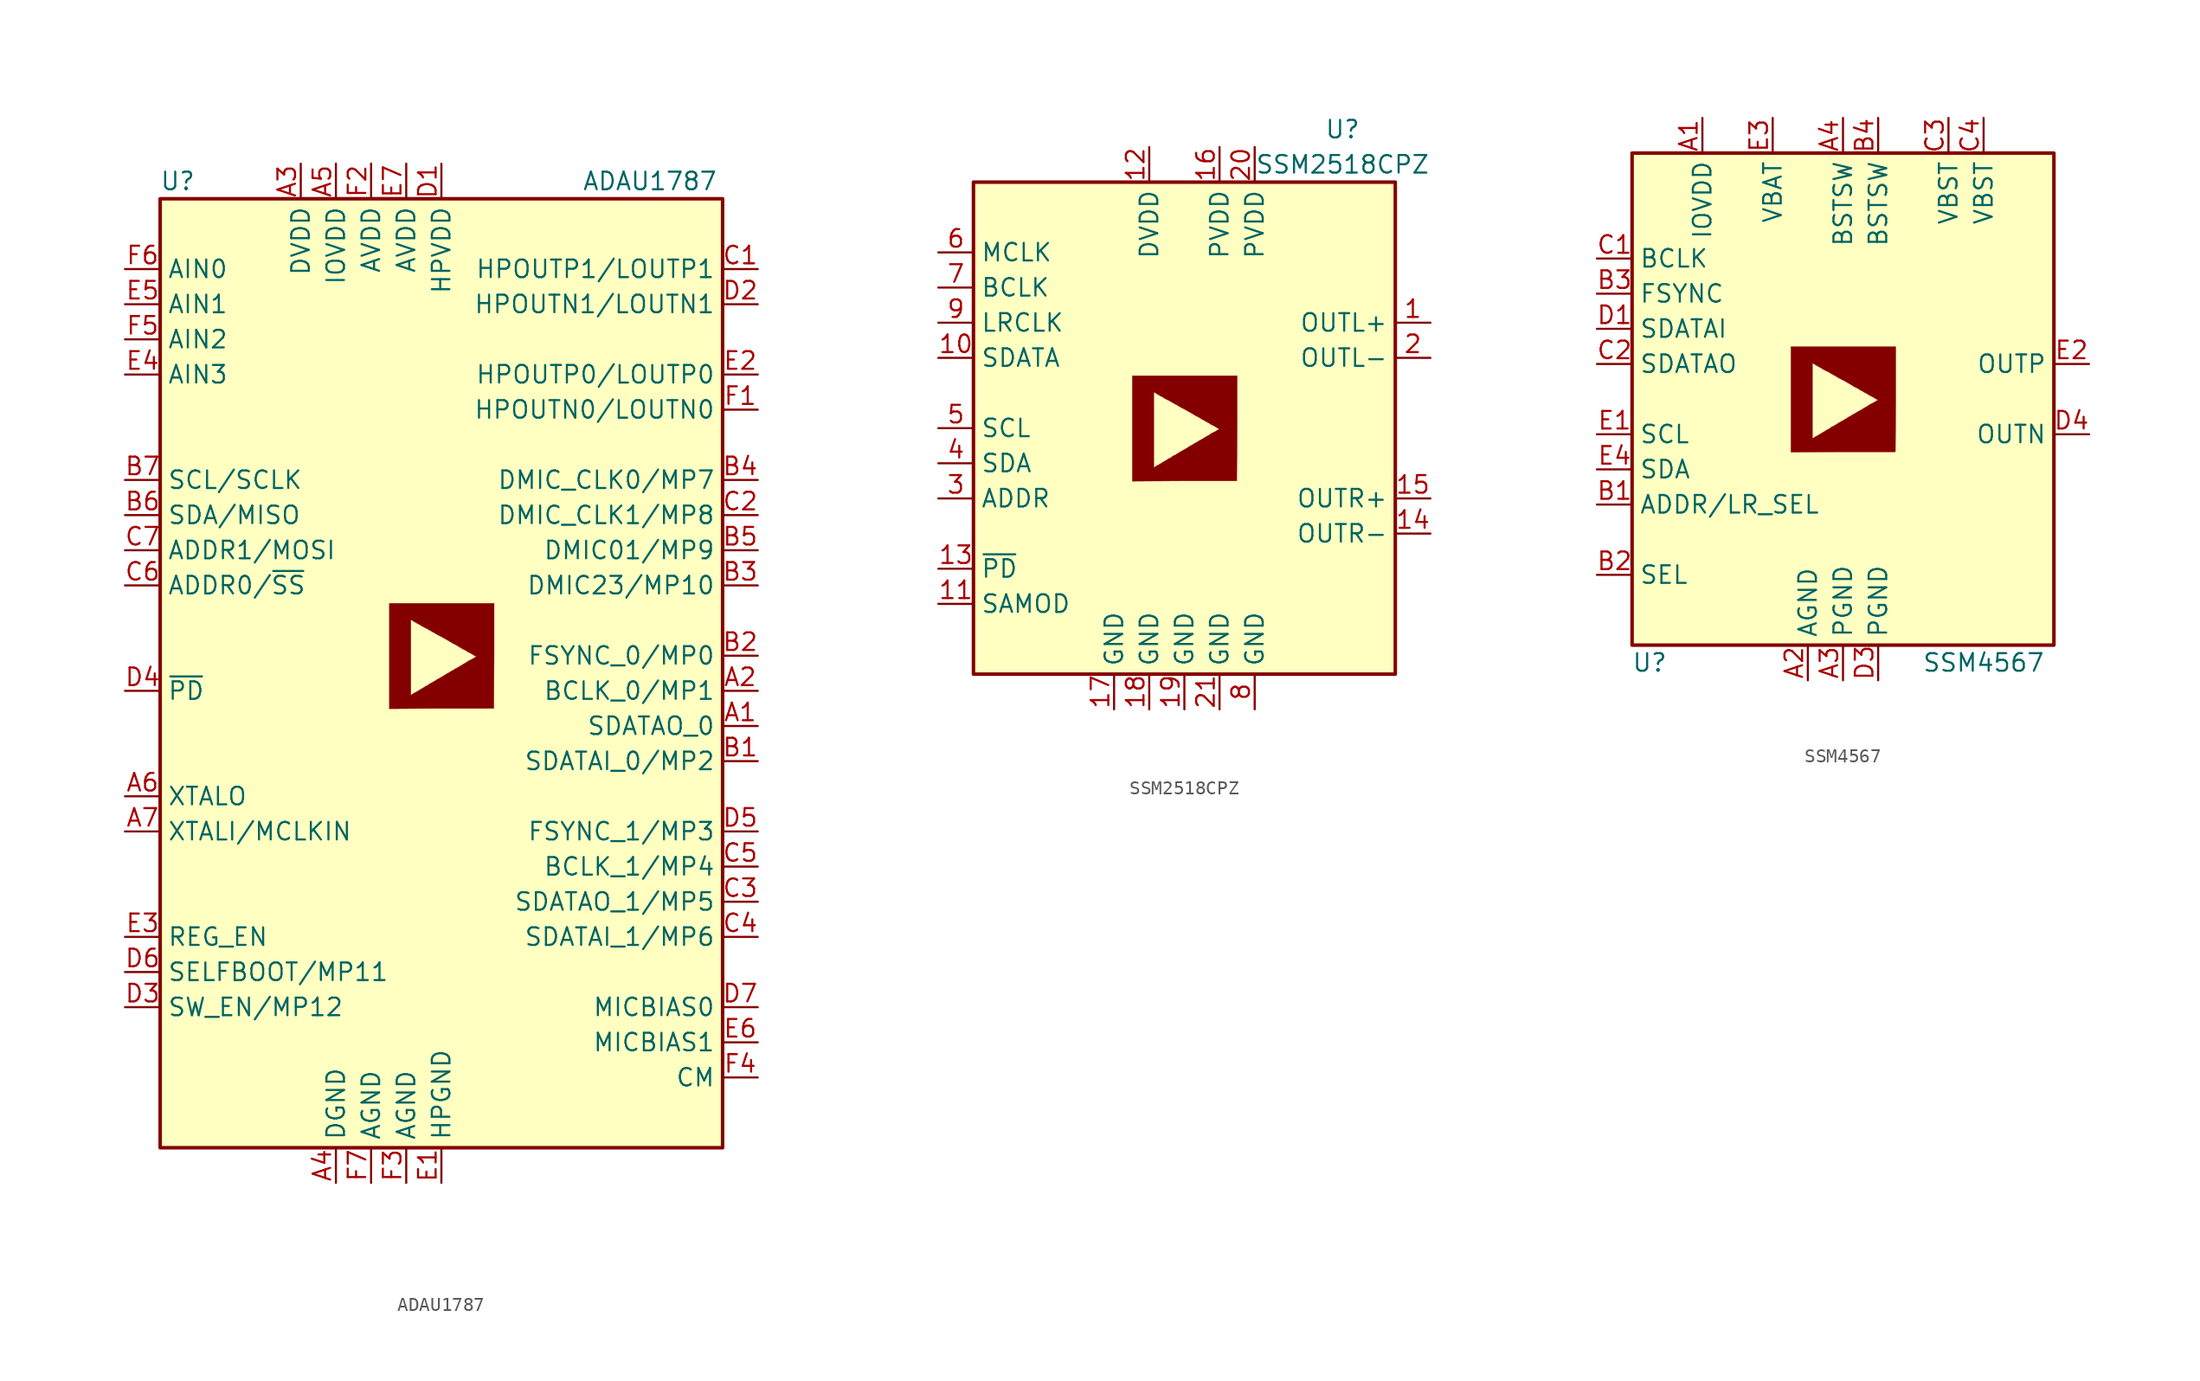
<source format=kicad_sym>
(kicad_symbol_lib
  (version 20201005)
  (generator kicad_symbol_editor)
  (symbol "ADAU1787"
    (property "Reference" "U"
      (at -19.05 34.29 0)
      (effects (font (size 1.27 1.27))))
    (property "Value" "ADAU1787"
      (at 10.16 34.29 0)
      (effects (font (size 1.27 1.27)) (justify left)))
    (symbol "ADAU1787_0_0"
      (polyline (pts (xy 0 -3.81) (xy 3.785 -3.81) (xy 3.81 0) (xy 3.81 3.785) (xy -3.759 3.785) (xy -3.759 -2.845) (xy -2.21 -2.845) (xy -2.21 2.591) (xy -2.184 2.591) (xy -2.083 2.54) (xy -1.93 2.438) (xy -1.829 2.388) (xy -1.753 2.337) (xy -1.549 2.235) (xy -1.448 2.159) (xy -0.991 1.93) (xy -0.838 1.829) (xy -0.711 1.778) (xy -0.711 1.753) (xy -0.66 1.727) (xy -0.584 1.702) (xy -0.508 1.651) (xy -0.254 1.499) (xy 0.051 1.346) (xy 0.584 1.041) (xy 0.787 0.914) (xy 1.041 0.787) (xy 1.245 0.66) (xy 1.6 0.457) (xy 1.753 0.381) (xy 1.905 0.279) (xy 2.159 0.152) (xy 2.286 0.076) (xy 2.362 0.025) (xy 2.464 -0.025) (xy 2.489 -0.025) (xy 2.54 -0.051) (xy 2.261 -0.229) (xy 1.956 -0.381) (xy 1.803 -0.483) (xy 1.778 -0.508) (xy 1.626 -0.584) (xy 1.549 -0.635) (xy 1.168 -0.864) (xy 1.016 -0.94) (xy 0.864 -1.041) (xy 0.711 -1.118) (xy 0.559 -1.219) (xy 0.406 -1.295) (xy 0.254 -1.397) (xy 0 -1.549) (xy -0.102 -1.6) (xy -0.127 -1.626) (xy -0.33 -1.727) (xy -0.432 -1.803) (xy -0.508 -1.854) (xy -0.533 -1.854) (xy -0.686 -1.956) (xy -0.813 -2.007) (xy -1.016 -2.159) (xy -1.143 -2.21) (xy -1.168 -2.235) (xy -1.803 -2.616) (xy -1.88 -2.667) (xy -1.956 -2.692) (xy -2.108 -2.794) (xy -2.159 -2.819) (xy -2.184 -2.845) (xy -2.21 -2.845) (xy -3.759 -2.845) (xy -3.759 -3.835) (xy 0 -3.81)) (stroke (width 0.025)) (fill (type outline))))
    (symbol "ADAU1787_0_1"
      (rectangle (start -20.32 33.02) (end 20.32 -35.56) (stroke (width 0.254)) (fill (type background))))
    (symbol "ADAU1787_1_1"
      (pin bidirectional line (at 22.86 -5.08 180) (length 2.54) (name "SDATAO_0" (effects (font (size 1.27 1.27)))) (number "A1" (effects (font (size 1.27 1.27)))))
      (pin bidirectional line (at 22.86 -2.54 180) (length 2.54) (name "BCLK_0/MP1" (effects (font (size 1.27 1.27)))) (number "A2" (effects (font (size 1.27 1.27)))))
      (pin power_in line (at -10.16 35.56 270) (length 2.54) (name "DVDD" (effects (font (size 1.27 1.27)))) (number "A3" (effects (font (size 1.27 1.27)))))
      (pin power_in line (at -7.62 -38.1 90) (length 2.54) (name "DGND" (effects (font (size 1.27 1.27)))) (number "A4" (effects (font (size 1.27 1.27)))))
      (pin power_in line (at -7.62 35.56 270) (length 2.54) (name "IOVDD" (effects (font (size 1.27 1.27)))) (number "A5" (effects (font (size 1.27 1.27)))))
      (pin passive line (at -22.86 -10.16 0) (length 2.54) (name "XTALO" (effects (font (size 1.27 1.27)))) (number "A6" (effects (font (size 1.27 1.27)))))
      (pin passive line (at -22.86 -12.7 0) (length 2.54) (name "XTALI/MCLKIN" (effects (font (size 1.27 1.27)))) (number "A7" (effects (font (size 1.27 1.27)))))
      (pin bidirectional line (at 22.86 -7.62 180) (length 2.54) (name "SDATAI_0/MP2" (effects (font (size 1.27 1.27)))) (number "B1" (effects (font (size 1.27 1.27)))))
      (pin bidirectional line (at 22.86 0 180) (length 2.54) (name "FSYNC_0/MP0" (effects (font (size 1.27 1.27)))) (number "B2" (effects (font (size 1.27 1.27)))))
      (pin bidirectional line (at 22.86 5.08 180) (length 2.54) (name "DMIC23/MP10" (effects (font (size 1.27 1.27)))) (number "B3" (effects (font (size 1.27 1.27)))))
      (pin bidirectional line (at 22.86 12.7 180) (length 2.54) (name "DMIC_CLK0/MP7" (effects (font (size 1.27 1.27)))) (number "B4" (effects (font (size 1.27 1.27)))))
      (pin bidirectional line (at 22.86 7.62 180) (length 2.54) (name "DMIC01/MP9" (effects (font (size 1.27 1.27)))) (number "B5" (effects (font (size 1.27 1.27)))))
      (pin bidirectional line (at -22.86 10.16 0) (length 2.54) (name "SDA/MISO" (effects (font (size 1.27 1.27)))) (number "B6" (effects (font (size 1.27 1.27)))))
      (pin bidirectional line (at -22.86 12.7 0) (length 2.54) (name "SCL/SCLK" (effects (font (size 1.27 1.27)))) (number "B7" (effects (font (size 1.27 1.27)))))
      (pin output line (at 22.86 27.94 180) (length 2.54) (name "HPOUTP1/LOUTP1" (effects (font (size 1.27 1.27)))) (number "C1" (effects (font (size 1.27 1.27)))))
      (pin bidirectional line (at 22.86 10.16 180) (length 2.54) (name "DMIC_CLK1/MP8" (effects (font (size 1.27 1.27)))) (number "C2" (effects (font (size 1.27 1.27)))))
      (pin bidirectional line (at 22.86 -17.78 180) (length 2.54) (name "SDATAO_1/MP5" (effects (font (size 1.27 1.27)))) (number "C3" (effects (font (size 1.27 1.27)))))
      (pin bidirectional line (at 22.86 -20.32 180) (length 2.54) (name "SDATAI_1/MP6" (effects (font (size 1.27 1.27)))) (number "C4" (effects (font (size 1.27 1.27)))))
      (pin bidirectional line (at 22.86 -15.24 180) (length 2.54) (name "BCLK_1/MP4" (effects (font (size 1.27 1.27)))) (number "C5" (effects (font (size 1.27 1.27)))))
      (pin input line (at -22.86 5.08 0) (length 2.54) (name "ADDR0/~SS" (effects (font (size 1.27 1.27)))) (number "C6" (effects (font (size 1.27 1.27)))))
      (pin input line (at -22.86 7.62 0) (length 2.54) (name "ADDR1/MOSI" (effects (font (size 1.27 1.27)))) (number "C7" (effects (font (size 1.27 1.27)))))
      (pin power_in line (at 0 35.56 270) (length 2.54) (name "HPVDD" (effects (font (size 1.27 1.27)))) (number "D1" (effects (font (size 1.27 1.27)))))
      (pin output line (at 22.86 25.4 180) (length 2.54) (name "HPOUTN1/LOUTN1" (effects (font (size 1.27 1.27)))) (number "D2" (effects (font (size 1.27 1.27)))))
      (pin input line (at -22.86 -25.4 0) (length 2.54) (name "SW_EN/MP12" (effects (font (size 1.27 1.27)))) (number "D3" (effects (font (size 1.27 1.27)))))
      (pin input line (at -22.86 -2.54 0) (length 2.54) (name "~PD" (effects (font (size 1.27 1.27)))) (number "D4" (effects (font (size 1.27 1.27)))))
      (pin bidirectional line (at 22.86 -12.7 180) (length 2.54) (name "FSYNC_1/MP3" (effects (font (size 1.27 1.27)))) (number "D5" (effects (font (size 1.27 1.27)))))
      (pin input line (at -22.86 -22.86 0) (length 2.54) (name "SELFBOOT/MP11" (effects (font (size 1.27 1.27)))) (number "D6" (effects (font (size 1.27 1.27)))))
      (pin output line (at 22.86 -25.4 180) (length 2.54) (name "MICBIAS0" (effects (font (size 1.27 1.27)))) (number "D7" (effects (font (size 1.27 1.27)))))
      (pin power_in line (at 0 -38.1 90) (length 2.54) (name "HPGND" (effects (font (size 1.27 1.27)))) (number "E1" (effects (font (size 1.27 1.27)))))
      (pin output line (at 22.86 20.32 180) (length 2.54) (name "HPOUTP0/LOUTP0" (effects (font (size 1.27 1.27)))) (number "E2" (effects (font (size 1.27 1.27)))))
      (pin input line (at -22.86 -20.32 0) (length 2.54) (name "REG_EN" (effects (font (size 1.27 1.27)))) (number "E3" (effects (font (size 1.27 1.27)))))
      (pin passive line (at -22.86 20.32 0) (length 2.54) (name "AIN3" (effects (font (size 1.27 1.27)))) (number "E4" (effects (font (size 1.27 1.27)))))
      (pin passive line (at -22.86 25.4 0) (length 2.54) (name "AIN1" (effects (font (size 1.27 1.27)))) (number "E5" (effects (font (size 1.27 1.27)))))
      (pin output line (at 22.86 -27.94 180) (length 2.54) (name "MICBIAS1" (effects (font (size 1.27 1.27)))) (number "E6" (effects (font (size 1.27 1.27)))))
      (pin power_in line (at -2.54 35.56 270) (length 2.54) (name "AVDD" (effects (font (size 1.27 1.27)))) (number "E7" (effects (font (size 1.27 1.27)))))
      (pin output line (at 22.86 17.78 180) (length 2.54) (name "HPOUTN0/LOUTN0" (effects (font (size 1.27 1.27)))) (number "F1" (effects (font (size 1.27 1.27)))))
      (pin power_in line (at -5.08 35.56 270) (length 2.54) (name "AVDD" (effects (font (size 1.27 1.27)))) (number "F2" (effects (font (size 1.27 1.27)))))
      (pin power_in line (at -2.54 -38.1 90) (length 2.54) (name "AGND" (effects (font (size 1.27 1.27)))) (number "F3" (effects (font (size 1.27 1.27)))))
      (pin output line (at 22.86 -30.48 180) (length 2.54) (name "CM" (effects (font (size 1.27 1.27)))) (number "F4" (effects (font (size 1.27 1.27)))))
      (pin passive line (at -22.86 22.86 0) (length 2.54) (name "AIN2" (effects (font (size 1.27 1.27)))) (number "F5" (effects (font (size 1.27 1.27)))))
      (pin passive line (at -22.86 27.94 0) (length 2.54) (name "AIN0" (effects (font (size 1.27 1.27)))) (number "F6" (effects (font (size 1.27 1.27)))))
      (pin power_in line (at -5.08 -38.1 90) (length 2.54) (name "AGND" (effects (font (size 1.27 1.27)))) (number "F7" (effects (font (size 1.27 1.27)))))))
  (symbol "SSM2518CPZ"
    (property "Reference" "U"
      (at 11.43 21.59 0)
      (effects (font (size 1.27 1.27))))
    (property "Value" "SSM2518CPZ"
      (at 11.43 19.05 0)
      (effects (font (size 1.27 1.27))))
    (symbol "SSM2518CPZ_0_0"
      (polyline (pts (xy 0 -3.81) (xy 3.785 -3.81) (xy 3.81 0) (xy 3.81 3.785) (xy -3.759 3.785) (xy -3.759 -2.845) (xy -2.21 -2.845) (xy -2.21 2.591) (xy -2.184 2.591) (xy -2.083 2.54) (xy -1.93 2.438) (xy -1.829 2.388) (xy -1.753 2.337) (xy -1.549 2.235) (xy -1.448 2.159) (xy -0.991 1.93) (xy -0.838 1.829) (xy -0.711 1.778) (xy -0.711 1.753) (xy -0.66 1.727) (xy -0.584 1.702) (xy -0.508 1.651) (xy -0.254 1.499) (xy 0.051 1.346) (xy 0.584 1.041) (xy 0.787 0.914) (xy 1.041 0.787) (xy 1.245 0.66) (xy 1.6 0.457) (xy 1.753 0.381) (xy 1.905 0.279) (xy 2.159 0.152) (xy 2.286 0.076) (xy 2.362 0.025) (xy 2.464 -0.025) (xy 2.489 -0.025) (xy 2.54 -0.051) (xy 2.261 -0.229) (xy 1.956 -0.381) (xy 1.803 -0.483) (xy 1.778 -0.508) (xy 1.626 -0.584) (xy 1.549 -0.635) (xy 1.168 -0.864) (xy 1.016 -0.94) (xy 0.864 -1.041) (xy 0.711 -1.118) (xy 0.559 -1.219) (xy 0.406 -1.295) (xy 0.254 -1.397) (xy 0 -1.549) (xy -0.102 -1.6) (xy -0.127 -1.626) (xy -0.33 -1.727) (xy -0.432 -1.803) (xy -0.508 -1.854) (xy -0.533 -1.854) (xy -0.686 -1.956) (xy -0.813 -2.007) (xy -1.016 -2.159) (xy -1.143 -2.21) (xy -1.168 -2.235) (xy -1.803 -2.616) (xy -1.88 -2.667) (xy -1.956 -2.692) (xy -2.108 -2.794) (xy -2.159 -2.819) (xy -2.184 -2.845) (xy -2.21 -2.845) (xy -3.759 -2.845) (xy -3.759 -3.835) (xy 0 -3.81)) (stroke (width 0.025)) (fill (type outline))))
    (symbol "SSM2518CPZ_0_1"
      (rectangle (start -15.24 17.78) (end 15.24 -17.78) (stroke (width 0.254)) (fill (type background))))
    (symbol "SSM2518CPZ_1_1"
      (pin output line (at 17.78 7.62 180) (length 2.54) (name "OUTL+" (effects (font (size 1.27 1.27)))) (number "1" (effects (font (size 1.27 1.27)))))
      (pin input line (at -17.78 5.08 0) (length 2.54) (name "SDATA" (effects (font (size 1.27 1.27)))) (number "10" (effects (font (size 1.27 1.27)))))
      (pin input line (at -17.78 -12.7 0) (length 2.54) (name "SAMOD" (effects (font (size 1.27 1.27)))) (number "11" (effects (font (size 1.27 1.27)))))
      (pin power_in line (at -2.54 20.32 270) (length 2.54) (name "DVDD" (effects (font (size 1.27 1.27)))) (number "12" (effects (font (size 1.27 1.27)))))
      (pin input line (at -17.78 -10.16 0) (length 2.54) (name "~PD" (effects (font (size 1.27 1.27)))) (number "13" (effects (font (size 1.27 1.27)))))
      (pin output line (at 17.78 -7.62 180) (length 2.54) (name "OUTR-" (effects (font (size 1.27 1.27)))) (number "14" (effects (font (size 1.27 1.27)))))
      (pin output line (at 17.78 -5.08 180) (length 2.54) (name "OUTR+" (effects (font (size 1.27 1.27)))) (number "15" (effects (font (size 1.27 1.27)))))
      (pin power_in line (at 2.54 20.32 270) (length 2.54) (name "PVDD" (effects (font (size 1.27 1.27)))) (number "16" (effects (font (size 1.27 1.27)))))
      (pin power_in line (at -5.08 -20.32 90) (length 2.54) (name "GND" (effects (font (size 1.27 1.27)))) (number "17" (effects (font (size 1.27 1.27)))))
      (pin power_in line (at -2.54 -20.32 90) (length 2.54) (name "GND" (effects (font (size 1.27 1.27)))) (number "18" (effects (font (size 1.27 1.27)))))
      (pin power_in line (at 0 -20.32 90) (length 2.54) (name "GND" (effects (font (size 1.27 1.27)))) (number "19" (effects (font (size 1.27 1.27)))))
      (pin output line (at 17.78 5.08 180) (length 2.54) (name "OUTL-" (effects (font (size 1.27 1.27)))) (number "2" (effects (font (size 1.27 1.27)))))
      (pin power_in line (at 5.08 20.32 270) (length 2.54) (name "PVDD" (effects (font (size 1.27 1.27)))) (number "20" (effects (font (size 1.27 1.27)))))
      (pin power_in line (at 2.54 -20.32 90) (length 2.54) (name "GND" (effects (font (size 1.27 1.27)))) (number "21" (effects (font (size 1.27 1.27)))))
      (pin input line (at -17.78 -5.08 0) (length 2.54) (name "ADDR" (effects (font (size 1.27 1.27)))) (number "3" (effects (font (size 1.27 1.27)))))
      (pin bidirectional line (at -17.78 -2.54 0) (length 2.54) (name "SDA" (effects (font (size 1.27 1.27)))) (number "4" (effects (font (size 1.27 1.27)))))
      (pin input line (at -17.78 0 0) (length 2.54) (name "SCL" (effects (font (size 1.27 1.27)))) (number "5" (effects (font (size 1.27 1.27)))))
      (pin input line (at -17.78 12.7 0) (length 2.54) (name "MCLK" (effects (font (size 1.27 1.27)))) (number "6" (effects (font (size 1.27 1.27)))))
      (pin input line (at -17.78 10.16 0) (length 2.54) (name "BCLK" (effects (font (size 1.27 1.27)))) (number "7" (effects (font (size 1.27 1.27)))))
      (pin power_in line (at 5.08 -20.32 90) (length 2.54) (name "GND" (effects (font (size 1.27 1.27)))) (number "8" (effects (font (size 1.27 1.27)))))
      (pin input line (at -17.78 7.62 0) (length 2.54) (name "LRCLK" (effects (font (size 1.27 1.27)))) (number "9" (effects (font (size 1.27 1.27)))))))
  (symbol "SSM4567"
    (property "Reference" "U"
      (at -13.97 -19.05 0)
      (effects (font (size 1.27 1.27))))
    (property "Value" "SSM4567"
      (at 10.16 -19.05 0)
      (effects (font (size 1.27 1.27))))
    (symbol "SSM4567_0_0"
      (polyline (pts (xy 0 -3.81) (xy 3.785 -3.81) (xy 3.81 0) (xy 3.81 3.785) (xy -3.759 3.785) (xy -3.759 -2.845) (xy -2.21 -2.845) (xy -2.21 2.591) (xy -2.184 2.591) (xy -2.083 2.54) (xy -1.93 2.438) (xy -1.829 2.388) (xy -1.753 2.337) (xy -1.549 2.235) (xy -1.448 2.159) (xy -0.991 1.93) (xy -0.838 1.829) (xy -0.711 1.778) (xy -0.711 1.753) (xy -0.66 1.727) (xy -0.584 1.702) (xy -0.508 1.651) (xy -0.254 1.499) (xy 0.051 1.346) (xy 0.584 1.041) (xy 0.787 0.914) (xy 1.041 0.787) (xy 1.245 0.66) (xy 1.6 0.457) (xy 1.753 0.381) (xy 1.905 0.279) (xy 2.159 0.152) (xy 2.286 0.076) (xy 2.362 0.025) (xy 2.464 -0.025) (xy 2.489 -0.025) (xy 2.54 -0.051) (xy 2.261 -0.229) (xy 1.956 -0.381) (xy 1.803 -0.483) (xy 1.778 -0.508) (xy 1.626 -0.584) (xy 1.549 -0.635) (xy 1.168 -0.864) (xy 1.016 -0.94) (xy 0.864 -1.041) (xy 0.711 -1.118) (xy 0.559 -1.219) (xy 0.406 -1.295) (xy 0.254 -1.397) (xy 0 -1.549) (xy -0.102 -1.6) (xy -0.127 -1.626) (xy -0.33 -1.727) (xy -0.432 -1.803) (xy -0.508 -1.854) (xy -0.533 -1.854) (xy -0.686 -1.956) (xy -0.813 -2.007) (xy -1.016 -2.159) (xy -1.143 -2.21) (xy -1.168 -2.235) (xy -1.803 -2.616) (xy -1.88 -2.667) (xy -1.956 -2.692) (xy -2.108 -2.794) (xy -2.159 -2.819) (xy -2.184 -2.845) (xy -2.21 -2.845) (xy -3.759 -2.845) (xy -3.759 -3.835) (xy 0 -3.81)) (stroke (width 0.025)) (fill (type outline))))
    (symbol "SSM4567_0_1"
      (rectangle (start -15.24 17.78) (end 15.24 -17.78) (stroke (width 0.254)) (fill (type background))))
    (symbol "SSM4567_1_1"
      (pin power_in line (at -10.16 20.32 270) (length 2.54) (name "IOVDD" (effects (font (size 1.27 1.27)))) (number "A1" (effects (font (size 1.27 1.27)))))
      (pin power_in line (at -2.54 -20.32 90) (length 2.54) (name "AGND" (effects (font (size 1.27 1.27)))) (number "A2" (effects (font (size 1.27 1.27)))))
      (pin power_in line (at 0 -20.32 90) (length 2.54) (name "PGND" (effects (font (size 1.27 1.27)))) (number "A3" (effects (font (size 1.27 1.27)))))
      (pin passive line (at 0 20.32 270) (length 2.54) (name "BSTSW" (effects (font (size 1.27 1.27)))) (number "A4" (effects (font (size 1.27 1.27)))))
      (pin input line (at -17.78 -7.62 0) (length 2.54) (name "ADDR/LR_SEL" (effects (font (size 1.27 1.27)))) (number "B1" (effects (font (size 1.27 1.27)))))
      (pin input line (at -17.78 -12.7 0) (length 2.54) (name "SEL" (effects (font (size 1.27 1.27)))) (number "B2" (effects (font (size 1.27 1.27)))))
      (pin input line (at -17.78 7.62 0) (length 2.54) (name "FSYNC" (effects (font (size 1.27 1.27)))) (number "B3" (effects (font (size 1.27 1.27)))))
      (pin passive line (at 2.54 20.32 270) (length 2.54) (name "BSTSW" (effects (font (size 1.27 1.27)))) (number "B4" (effects (font (size 1.27 1.27)))))
      (pin input line (at -17.78 10.16 0) (length 2.54) (name "BCLK" (effects (font (size 1.27 1.27)))) (number "C1" (effects (font (size 1.27 1.27)))))
      (pin output line (at -17.78 2.54 0) (length 2.54) (name "SDATAO" (effects (font (size 1.27 1.27)))) (number "C2" (effects (font (size 1.27 1.27)))))
      (pin passive line (at 7.62 20.32 270) (length 2.54) (name "VBST" (effects (font (size 1.27 1.27)))) (number "C3" (effects (font (size 1.27 1.27)))))
      (pin passive line (at 10.16 20.32 270) (length 2.54) (name "VBST" (effects (font (size 1.27 1.27)))) (number "C4" (effects (font (size 1.27 1.27)))))
      (pin input line (at -17.78 5.08 0) (length 2.54) (name "SDATAI" (effects (font (size 1.27 1.27)))) (number "D1" (effects (font (size 1.27 1.27)))))
      (pin power_in line (at 2.54 -20.32 90) (length 2.54) (name "PGND" (effects (font (size 1.27 1.27)))) (number "D3" (effects (font (size 1.27 1.27)))))
      (pin output line (at 17.78 -2.54 180) (length 2.54) (name "OUTN" (effects (font (size 1.27 1.27)))) (number "D4" (effects (font (size 1.27 1.27)))))
      (pin input line (at -17.78 -2.54 0) (length 2.54) (name "SCL" (effects (font (size 1.27 1.27)))) (number "E1" (effects (font (size 1.27 1.27)))))
      (pin output line (at 17.78 2.54 180) (length 2.54) (name "OUTP" (effects (font (size 1.27 1.27)))) (number "E2" (effects (font (size 1.27 1.27)))))
      (pin power_in line (at -5.08 20.32 270) (length 2.54) (name "VBAT" (effects (font (size 1.27 1.27)))) (number "E3" (effects (font (size 1.27 1.27)))))
      (pin bidirectional line (at -17.78 -5.08 0) (length 2.54) (name "SDA" (effects (font (size 1.27 1.27)))) (number "E4" (effects (font (size 1.27 1.27))))))))
</source>
